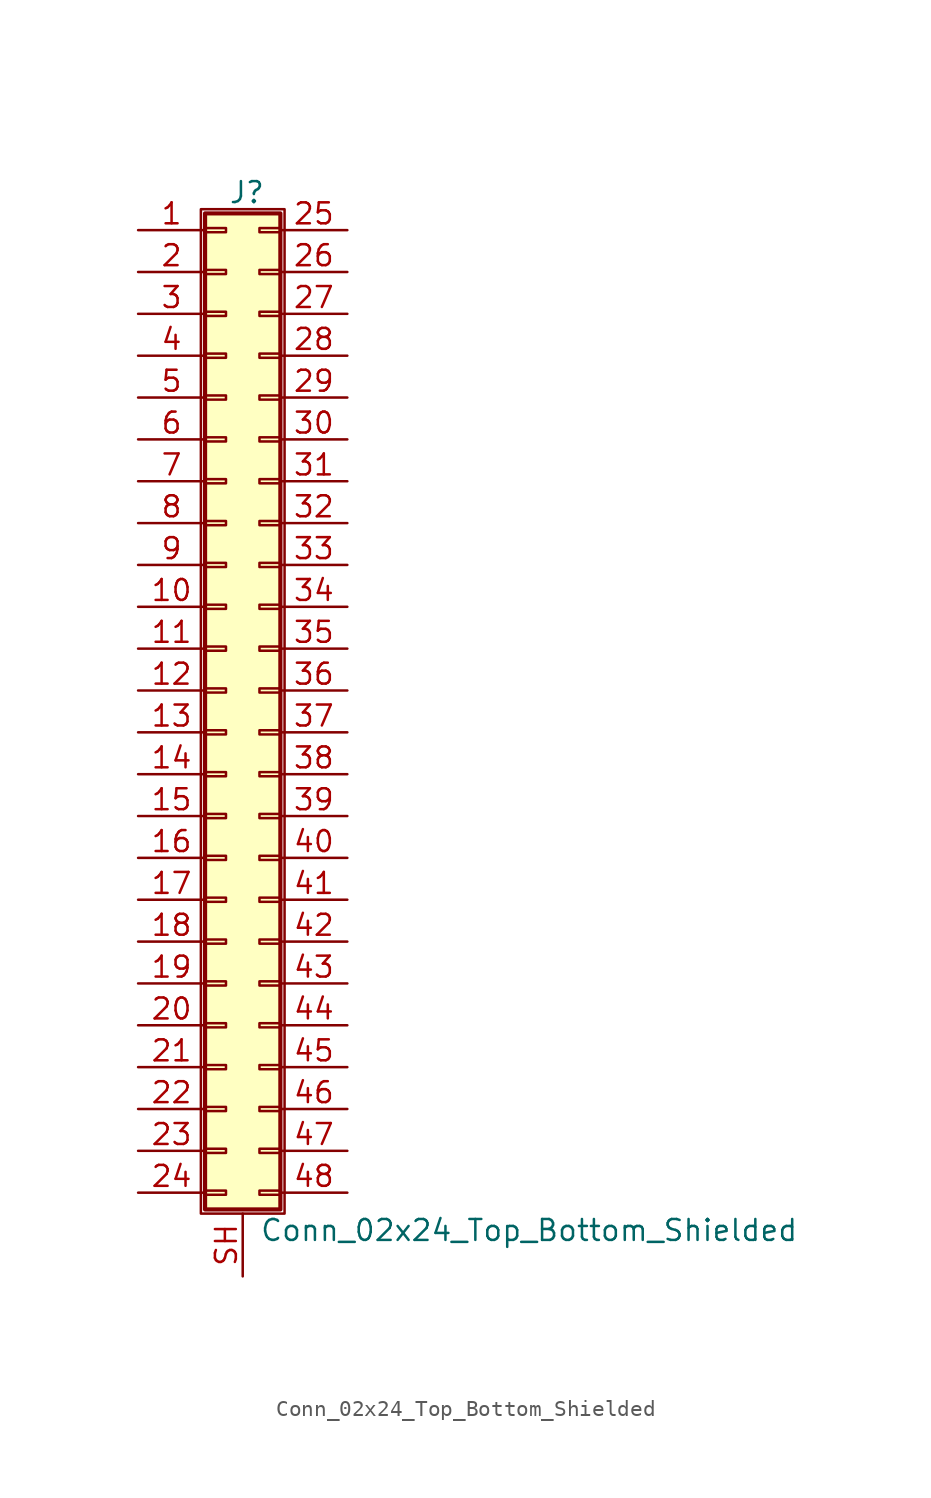
<source format=kicad_sym>
(kicad_symbol_lib
  (version 20201005)
  (generator kicad_symbol_editor)
  (symbol "Connector_Generic_Shielded:Conn_02x24_Top_Bottom_Shielded"
    (pin_names
      (offset 1.016) hide)
    (property "Reference" "J"
      (at 1.524 30.226 0)
      (effects (font (size 1.27 1.27))))
    (property "Value" "Conn_02x24_Top_Bottom_Shielded"
      (at 2.286 -32.766 0)
      (effects (font (size 1.27 1.27)) (justify left)))
    (symbol "Conn_02x24_Top_Bottom_Shielded_1_1"
      (rectangle (start -1.016 -27.813) (end 0.254 -28.067) (stroke (width 0.152)) (fill (type none)))
      (rectangle (start -1.016 -30.353) (end 0.254 -30.607) (stroke (width 0.152)) (fill (type none)))
      (rectangle (start -1.016 -4.953) (end 0.254 -5.207) (stroke (width 0.152)) (fill (type none)))
      (rectangle (start -1.016 -7.493) (end 0.254 -7.747) (stroke (width 0.152)) (fill (type none)))
      (rectangle (start -1.016 -10.033) (end 0.254 -10.287) (stroke (width 0.152)) (fill (type none)))
      (rectangle (start -1.016 -12.573) (end 0.254 -12.827) (stroke (width 0.152)) (fill (type none)))
      (rectangle (start -1.016 -15.113) (end 0.254 -15.367) (stroke (width 0.152)) (fill (type none)))
      (rectangle (start -1.016 -17.653) (end 0.254 -17.907) (stroke (width 0.152)) (fill (type none)))
      (rectangle (start -1.016 -20.193) (end 0.254 -20.447) (stroke (width 0.152)) (fill (type none)))
      (rectangle (start -1.016 -22.733) (end 0.254 -22.987) (stroke (width 0.152)) (fill (type none)))
      (rectangle (start -1.016 -2.413) (end 0.254 -2.667) (stroke (width 0.152)) (fill (type none)))
      (rectangle (start -1.016 -25.273) (end 0.254 -25.527) (stroke (width 0.152)) (fill (type none)))
      (rectangle (start -1.016 25.527) (end 0.254 25.273) (stroke (width 0.152)) (fill (type none)))
      (rectangle (start -1.016 2.667) (end 0.254 2.413) (stroke (width 0.152)) (fill (type none)))
      (rectangle (start -1.016 28.067) (end 0.254 27.813) (stroke (width 0.152)) (fill (type none)))
      (rectangle (start -1.016 28.956) (end 3.556 -31.496) (stroke (width 0.254)) (fill (type background)))
      (rectangle (start -1.016 5.207) (end 0.254 4.953) (stroke (width 0.152)) (fill (type none)))
      (rectangle (start -1.016 7.747) (end 0.254 7.493) (stroke (width 0.152)) (fill (type none)))
      (rectangle (start -1.016 10.287) (end 0.254 10.033) (stroke (width 0.152)) (fill (type none)))
      (rectangle (start -1.016 0.127) (end 0.254 -0.127) (stroke (width 0.152)) (fill (type none)))
      (rectangle (start -1.016 12.827) (end 0.254 12.573) (stroke (width 0.152)) (fill (type none)))
      (rectangle (start -1.016 15.367) (end 0.254 15.113) (stroke (width 0.152)) (fill (type none)))
      (rectangle (start -1.016 17.907) (end 0.254 17.653) (stroke (width 0.152)) (fill (type none)))
      (rectangle (start -1.016 20.447) (end 0.254 20.193) (stroke (width 0.152)) (fill (type none)))
      (rectangle (start -1.016 22.987) (end 0.254 22.733) (stroke (width 0.152)) (fill (type none)))
      (rectangle (start -1.27 29.21) (end 3.81 -31.75) (stroke (width 0.152)) (fill (type none)))
      (rectangle (start 3.556 -27.813) (end 2.286 -28.067) (stroke (width 0.152)) (fill (type none)))
      (rectangle (start 3.556 -30.353) (end 2.286 -30.607) (stroke (width 0.152)) (fill (type none)))
      (rectangle (start 3.556 -4.953) (end 2.286 -5.207) (stroke (width 0.152)) (fill (type none)))
      (rectangle (start 3.556 -7.493) (end 2.286 -7.747) (stroke (width 0.152)) (fill (type none)))
      (rectangle (start 3.556 -10.033) (end 2.286 -10.287) (stroke (width 0.152)) (fill (type none)))
      (rectangle (start 3.556 -12.573) (end 2.286 -12.827) (stroke (width 0.152)) (fill (type none)))
      (rectangle (start 3.556 -15.113) (end 2.286 -15.367) (stroke (width 0.152)) (fill (type none)))
      (rectangle (start 3.556 -17.653) (end 2.286 -17.907) (stroke (width 0.152)) (fill (type none)))
      (rectangle (start 3.556 -20.193) (end 2.286 -20.447) (stroke (width 0.152)) (fill (type none)))
      (rectangle (start 3.556 -22.733) (end 2.286 -22.987) (stroke (width 0.152)) (fill (type none)))
      (rectangle (start 3.556 -2.413) (end 2.286 -2.667) (stroke (width 0.152)) (fill (type none)))
      (rectangle (start 3.556 -25.273) (end 2.286 -25.527) (stroke (width 0.152)) (fill (type none)))
      (rectangle (start 3.556 25.527) (end 2.286 25.273) (stroke (width 0.152)) (fill (type none)))
      (rectangle (start 3.556 2.667) (end 2.286 2.413) (stroke (width 0.152)) (fill (type none)))
      (rectangle (start 3.556 28.067) (end 2.286 27.813) (stroke (width 0.152)) (fill (type none)))
      (rectangle (start 3.556 5.207) (end 2.286 4.953) (stroke (width 0.152)) (fill (type none)))
      (rectangle (start 3.556 7.747) (end 2.286 7.493) (stroke (width 0.152)) (fill (type none)))
      (rectangle (start 3.556 10.287) (end 2.286 10.033) (stroke (width 0.152)) (fill (type none)))
      (rectangle (start 3.556 0.127) (end 2.286 -0.127) (stroke (width 0.152)) (fill (type none)))
      (rectangle (start 3.556 12.827) (end 2.286 12.573) (stroke (width 0.152)) (fill (type none)))
      (rectangle (start 3.556 15.367) (end 2.286 15.113) (stroke (width 0.152)) (fill (type none)))
      (rectangle (start 3.556 17.907) (end 2.286 17.653) (stroke (width 0.152)) (fill (type none)))
      (rectangle (start 3.556 20.447) (end 2.286 20.193) (stroke (width 0.152)) (fill (type none)))
      (rectangle (start 3.556 22.987) (end 2.286 22.733) (stroke (width 0.152)) (fill (type none)))
      (pin passive line (at -5.08 27.94 0) (length 4.064) (name "Pin_1" (effects (font (size 1.27 1.27)))) (number "1" (effects (font (size 1.27 1.27)))))
      (pin passive line (at -5.08 5.08 0) (length 4.064) (name "Pin_10" (effects (font (size 1.27 1.27)))) (number "10" (effects (font (size 1.27 1.27)))))
      (pin passive line (at -5.08 2.54 0) (length 4.064) (name "Pin_11" (effects (font (size 1.27 1.27)))) (number "11" (effects (font (size 1.27 1.27)))))
      (pin passive line (at -5.08 0 0) (length 4.064) (name "Pin_12" (effects (font (size 1.27 1.27)))) (number "12" (effects (font (size 1.27 1.27)))))
      (pin passive line (at -5.08 -2.54 0) (length 4.064) (name "Pin_13" (effects (font (size 1.27 1.27)))) (number "13" (effects (font (size 1.27 1.27)))))
      (pin passive line (at -5.08 -5.08 0) (length 4.064) (name "Pin_14" (effects (font (size 1.27 1.27)))) (number "14" (effects (font (size 1.27 1.27)))))
      (pin passive line (at -5.08 -7.62 0) (length 4.064) (name "Pin_15" (effects (font (size 1.27 1.27)))) (number "15" (effects (font (size 1.27 1.27)))))
      (pin passive line (at -5.08 -10.16 0) (length 4.064) (name "Pin_16" (effects (font (size 1.27 1.27)))) (number "16" (effects (font (size 1.27 1.27)))))
      (pin passive line (at -5.08 -12.7 0) (length 4.064) (name "Pin_17" (effects (font (size 1.27 1.27)))) (number "17" (effects (font (size 1.27 1.27)))))
      (pin passive line (at -5.08 -15.24 0) (length 4.064) (name "Pin_18" (effects (font (size 1.27 1.27)))) (number "18" (effects (font (size 1.27 1.27)))))
      (pin passive line (at -5.08 -17.78 0) (length 4.064) (name "Pin_19" (effects (font (size 1.27 1.27)))) (number "19" (effects (font (size 1.27 1.27)))))
      (pin passive line (at -5.08 25.4 0) (length 4.064) (name "Pin_2" (effects (font (size 1.27 1.27)))) (number "2" (effects (font (size 1.27 1.27)))))
      (pin passive line (at -5.08 -20.32 0) (length 4.064) (name "Pin_20" (effects (font (size 1.27 1.27)))) (number "20" (effects (font (size 1.27 1.27)))))
      (pin passive line (at -5.08 -22.86 0) (length 4.064) (name "Pin_21" (effects (font (size 1.27 1.27)))) (number "21" (effects (font (size 1.27 1.27)))))
      (pin passive line (at -5.08 -25.4 0) (length 4.064) (name "Pin_22" (effects (font (size 1.27 1.27)))) (number "22" (effects (font (size 1.27 1.27)))))
      (pin passive line (at -5.08 -27.94 0) (length 4.064) (name "Pin_23" (effects (font (size 1.27 1.27)))) (number "23" (effects (font (size 1.27 1.27)))))
      (pin passive line (at -5.08 -30.48 0) (length 4.064) (name "Pin_24" (effects (font (size 1.27 1.27)))) (number "24" (effects (font (size 1.27 1.27)))))
      (pin passive line (at 7.62 27.94 180) (length 4.064) (name "Pin_25" (effects (font (size 1.27 1.27)))) (number "25" (effects (font (size 1.27 1.27)))))
      (pin passive line (at 7.62 25.4 180) (length 4.064) (name "Pin_26" (effects (font (size 1.27 1.27)))) (number "26" (effects (font (size 1.27 1.27)))))
      (pin passive line (at 7.62 22.86 180) (length 4.064) (name "Pin_27" (effects (font (size 1.27 1.27)))) (number "27" (effects (font (size 1.27 1.27)))))
      (pin passive line (at 7.62 20.32 180) (length 4.064) (name "Pin_28" (effects (font (size 1.27 1.27)))) (number "28" (effects (font (size 1.27 1.27)))))
      (pin passive line (at 7.62 17.78 180) (length 4.064) (name "Pin_29" (effects (font (size 1.27 1.27)))) (number "29" (effects (font (size 1.27 1.27)))))
      (pin passive line (at -5.08 22.86 0) (length 4.064) (name "Pin_3" (effects (font (size 1.27 1.27)))) (number "3" (effects (font (size 1.27 1.27)))))
      (pin passive line (at 7.62 15.24 180) (length 4.064) (name "Pin_30" (effects (font (size 1.27 1.27)))) (number "30" (effects (font (size 1.27 1.27)))))
      (pin passive line (at 7.62 12.7 180) (length 4.064) (name "Pin_31" (effects (font (size 1.27 1.27)))) (number "31" (effects (font (size 1.27 1.27)))))
      (pin passive line (at 7.62 10.16 180) (length 4.064) (name "Pin_32" (effects (font (size 1.27 1.27)))) (number "32" (effects (font (size 1.27 1.27)))))
      (pin passive line (at 7.62 7.62 180) (length 4.064) (name "Pin_33" (effects (font (size 1.27 1.27)))) (number "33" (effects (font (size 1.27 1.27)))))
      (pin passive line (at 7.62 5.08 180) (length 4.064) (name "Pin_34" (effects (font (size 1.27 1.27)))) (number "34" (effects (font (size 1.27 1.27)))))
      (pin passive line (at 7.62 2.54 180) (length 4.064) (name "Pin_35" (effects (font (size 1.27 1.27)))) (number "35" (effects (font (size 1.27 1.27)))))
      (pin passive line (at 7.62 0 180) (length 4.064) (name "Pin_36" (effects (font (size 1.27 1.27)))) (number "36" (effects (font (size 1.27 1.27)))))
      (pin passive line (at 7.62 -2.54 180) (length 4.064) (name "Pin_37" (effects (font (size 1.27 1.27)))) (number "37" (effects (font (size 1.27 1.27)))))
      (pin passive line (at 7.62 -5.08 180) (length 4.064) (name "Pin_38" (effects (font (size 1.27 1.27)))) (number "38" (effects (font (size 1.27 1.27)))))
      (pin passive line (at 7.62 -7.62 180) (length 4.064) (name "Pin_39" (effects (font (size 1.27 1.27)))) (number "39" (effects (font (size 1.27 1.27)))))
      (pin passive line (at -5.08 20.32 0) (length 4.064) (name "Pin_4" (effects (font (size 1.27 1.27)))) (number "4" (effects (font (size 1.27 1.27)))))
      (pin passive line (at 7.62 -10.16 180) (length 4.064) (name "Pin_40" (effects (font (size 1.27 1.27)))) (number "40" (effects (font (size 1.27 1.27)))))
      (pin passive line (at 7.62 -12.7 180) (length 4.064) (name "Pin_41" (effects (font (size 1.27 1.27)))) (number "41" (effects (font (size 1.27 1.27)))))
      (pin passive line (at 7.62 -15.24 180) (length 4.064) (name "Pin_42" (effects (font (size 1.27 1.27)))) (number "42" (effects (font (size 1.27 1.27)))))
      (pin passive line (at 7.62 -17.78 180) (length 4.064) (name "Pin_43" (effects (font (size 1.27 1.27)))) (number "43" (effects (font (size 1.27 1.27)))))
      (pin passive line (at 7.62 -20.32 180) (length 4.064) (name "Pin_44" (effects (font (size 1.27 1.27)))) (number "44" (effects (font (size 1.27 1.27)))))
      (pin passive line (at 7.62 -22.86 180) (length 4.064) (name "Pin_45" (effects (font (size 1.27 1.27)))) (number "45" (effects (font (size 1.27 1.27)))))
      (pin passive line (at 7.62 -25.4 180) (length 4.064) (name "Pin_46" (effects (font (size 1.27 1.27)))) (number "46" (effects (font (size 1.27 1.27)))))
      (pin passive line (at 7.62 -27.94 180) (length 4.064) (name "Pin_47" (effects (font (size 1.27 1.27)))) (number "47" (effects (font (size 1.27 1.27)))))
      (pin passive line (at 7.62 -30.48 180) (length 4.064) (name "Pin_48" (effects (font (size 1.27 1.27)))) (number "48" (effects (font (size 1.27 1.27)))))
      (pin passive line (at -5.08 17.78 0) (length 4.064) (name "Pin_5" (effects (font (size 1.27 1.27)))) (number "5" (effects (font (size 1.27 1.27)))))
      (pin passive line (at -5.08 15.24 0) (length 4.064) (name "Pin_6" (effects (font (size 1.27 1.27)))) (number "6" (effects (font (size 1.27 1.27)))))
      (pin passive line (at -5.08 12.7 0) (length 4.064) (name "Pin_7" (effects (font (size 1.27 1.27)))) (number "7" (effects (font (size 1.27 1.27)))))
      (pin passive line (at -5.08 10.16 0) (length 4.064) (name "Pin_8" (effects (font (size 1.27 1.27)))) (number "8" (effects (font (size 1.27 1.27)))))
      (pin passive line (at -5.08 7.62 0) (length 4.064) (name "Pin_9" (effects (font (size 1.27 1.27)))) (number "9" (effects (font (size 1.27 1.27)))))
      (pin passive line (at 1.27 -35.56 90) (length 3.81) (name "Shield" (effects (font (size 1.27 1.27)))) (number "SH" (effects (font (size 1.27 1.27))))))))
</source>
